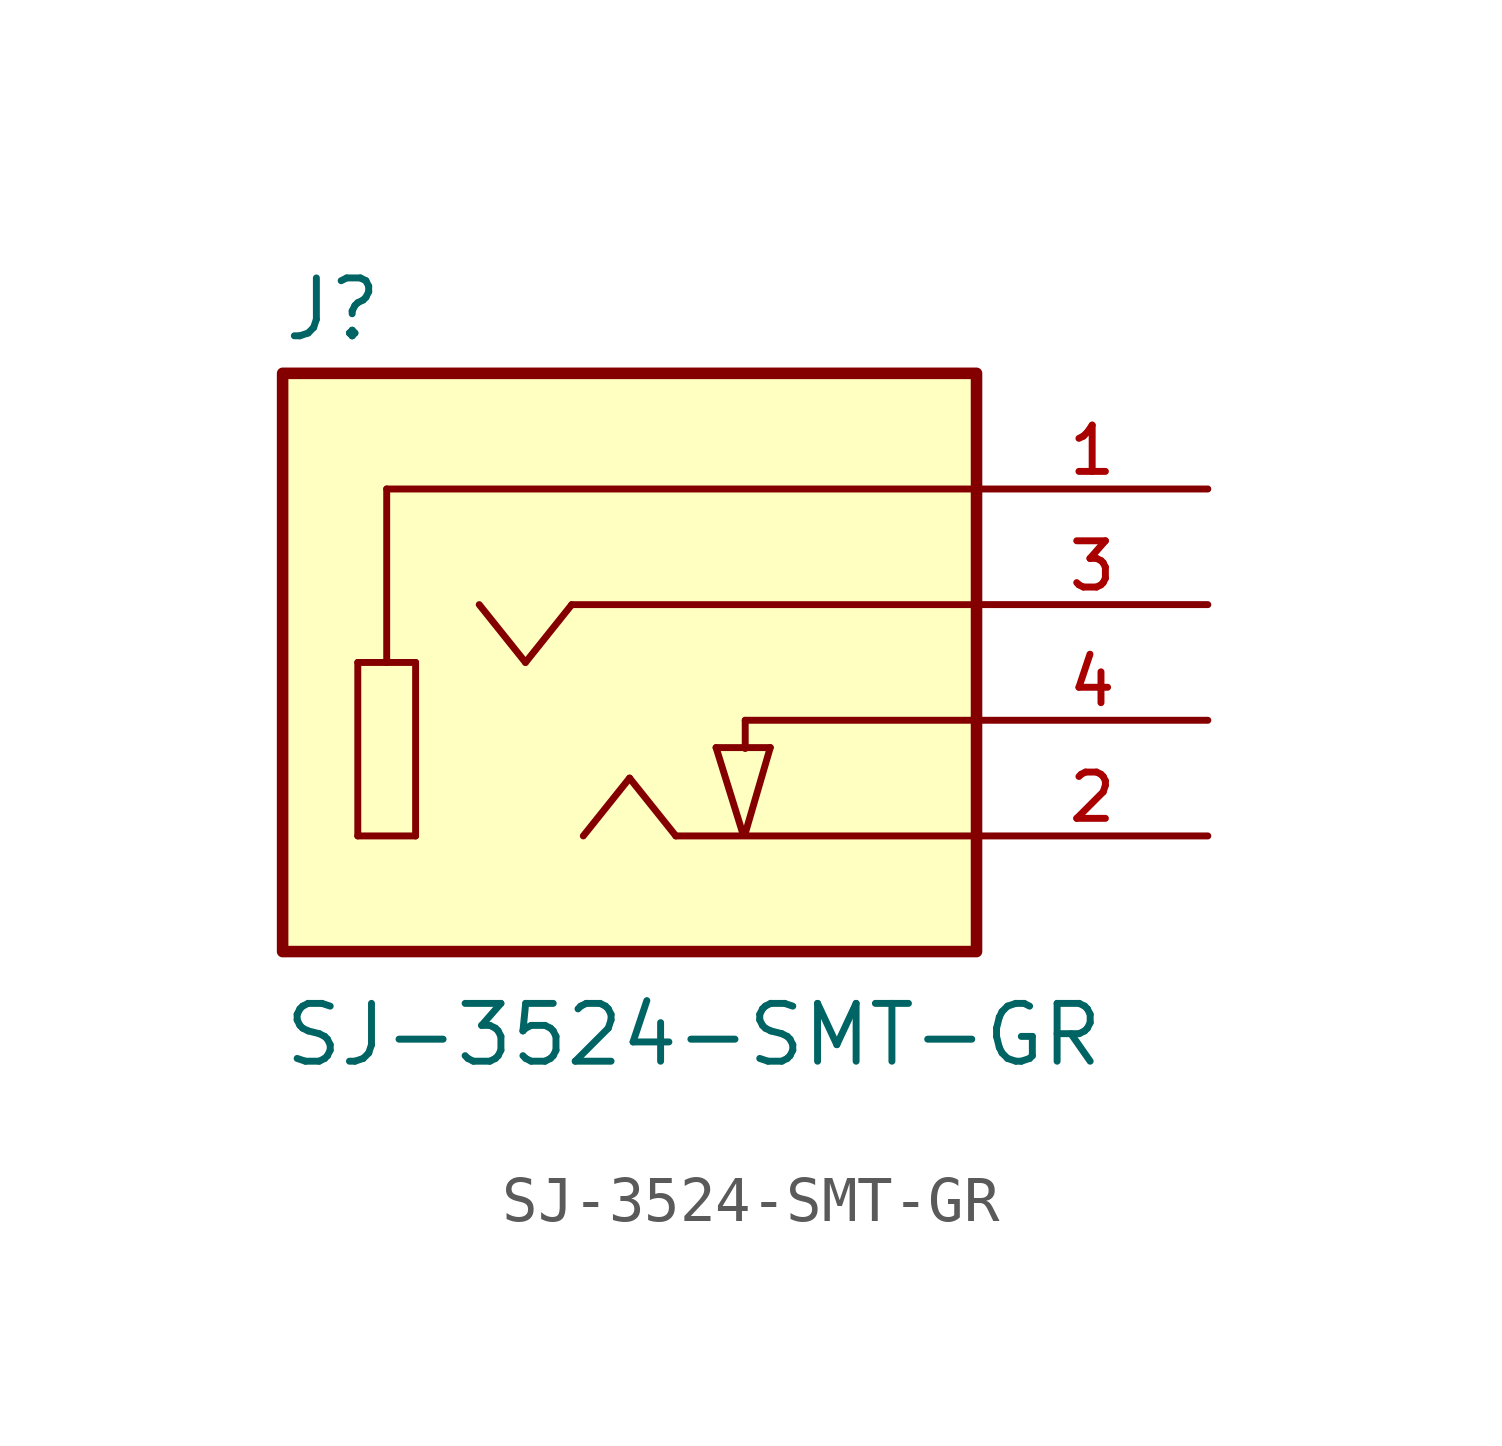
<source format=kicad_sym>
(kicad_symbol_lib
  (version 20211014)
  (generator kicad_symbol_editor)
  (symbol "SJ-3524-SMT-GR"
    (pin_names
      (offset 1.016))
    (property "Reference" "J"
      (at -7.644 8.281 0)
      (effects (font (size 1.27 1.27)) (justify bottom left)))
    (property "Value" "SJ-3524-SMT-GR"
      (at -7.643 -7.651 0)
      (effects (font (size 1.27 1.27)) (justify bottom left)))
    (symbol "SJ-3524-SMT-GR_0_0"
      (polyline (pts (xy -5.969 1.27) (xy -5.969 -2.54)) (stroke (width 0.152)))
      (polyline (pts (xy -5.969 -2.54) (xy -4.699 -2.54)) (stroke (width 0.152)))
      (polyline (pts (xy -4.699 -2.54) (xy -4.699 1.27)) (stroke (width 0.152)))
      (polyline (pts (xy -4.699 1.27) (xy -5.334 1.27)) (stroke (width 0.152)))
      (polyline (pts (xy -5.334 1.27) (xy -5.969 1.27)) (stroke (width 0.152)))
      (polyline (pts (xy -5.334 1.27) (xy -5.334 5.08)) (stroke (width 0.152)))
      (polyline (pts (xy -5.334 5.08) (xy 7.62 5.08)) (stroke (width 0.152)))
      (polyline (pts (xy -1.27 2.54) (xy -2.286 1.27)) (stroke (width 0.152)))
      (polyline (pts (xy -2.286 1.27) (xy -3.302 2.54)) (stroke (width 0.152)))
      (polyline (pts (xy 7.62 2.54) (xy -1.27 2.54)) (stroke (width 0.152)))
      (polyline (pts (xy 7.62 -2.54) (xy 1.016 -2.54)) (stroke (width 0.152)))
      (polyline (pts (xy -1.016 -2.54) (xy 0.0 -1.27)) (stroke (width 0.152)))
      (polyline (pts (xy 0.0 -1.27) (xy 1.016 -2.54)) (stroke (width 0.152)))
      (polyline (pts (xy 2.54 0.0) (xy 2.54 -0.62)) (stroke (width 0.152)))
      (polyline (pts (xy 1.9 -0.6) (xy 3.09 -0.6)) (stroke (width 0.152)))
      (polyline (pts (xy 3.09 -0.6) (xy 2.53 -2.52)) (stroke (width 0.152)))
      (polyline (pts (xy 2.53 -2.52) (xy 2.53 -2.53)) (stroke (width 0.152)))
      (polyline (pts (xy 1.9 -0.6) (xy 2.5 -2.53)) (stroke (width 0.152)))
      (polyline (pts (xy 2.54 0.0) (xy 7.62 0.0)) (stroke (width 0.152)))
      (rectangle (start -7.62 -5.08) (end 7.62 7.62) (stroke (width 0.254)) (fill (type background)))
      (pin passive line (at 12.7 5.08 180.0) (length 5.08) (name "~" (effects (font (size 1.016 1.016)))) (number "1" (effects (font (size 1.016 1.016)))))
      (pin passive line (at 12.7 -2.54 180.0) (length 5.08) (name "~" (effects (font (size 1.016 1.016)))) (number "2" (effects (font (size 1.016 1.016)))))
      (pin passive line (at 12.7 2.54 180.0) (length 5.08) (name "~" (effects (font (size 1.016 1.016)))) (number "3" (effects (font (size 1.016 1.016)))))
      (pin passive line (at 12.7 0.0 180.0) (length 5.08) (name "~" (effects (font (size 1.016 1.016)))) (number "4" (effects (font (size 1.016 1.016))))))))
</source>
